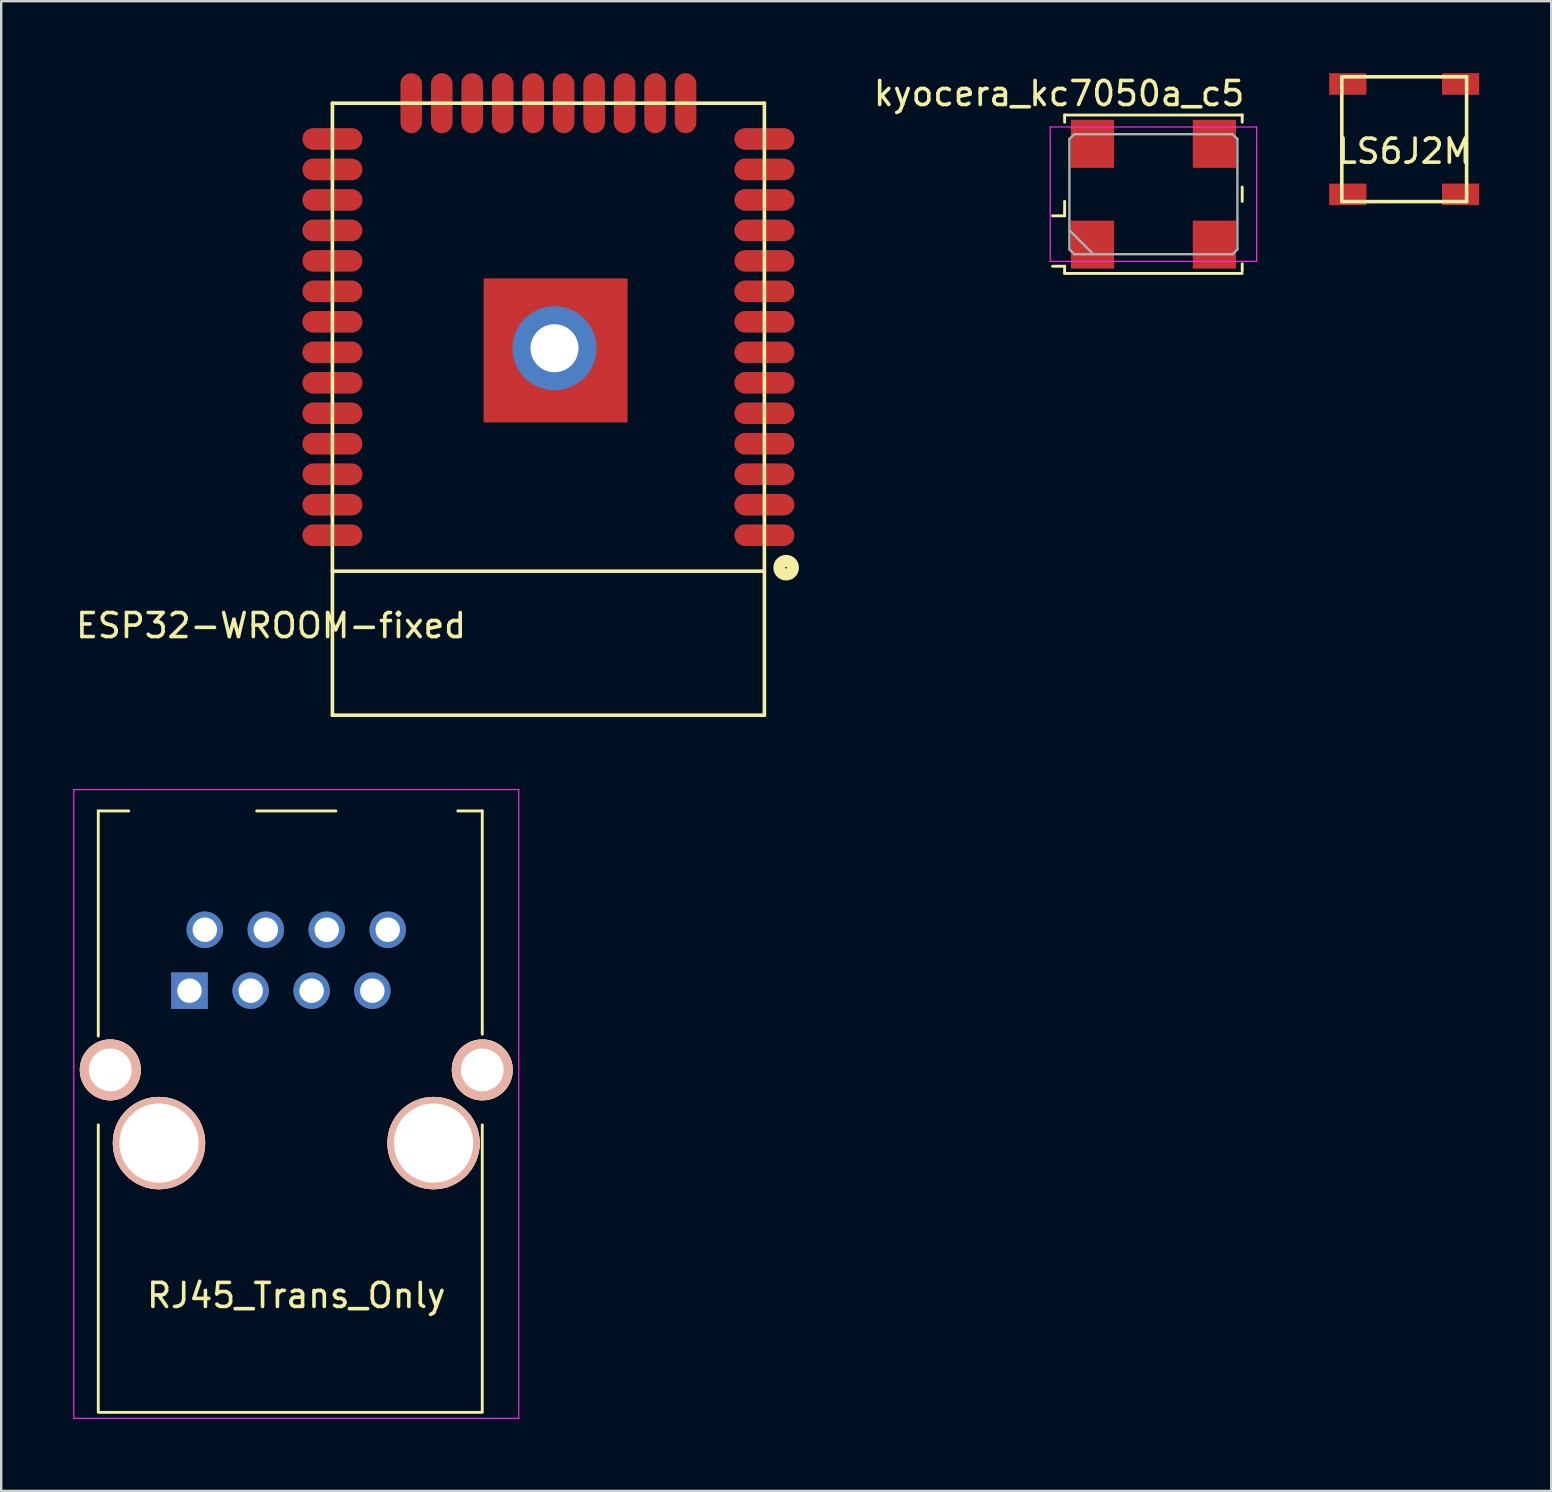
<source format=kicad_pcb>
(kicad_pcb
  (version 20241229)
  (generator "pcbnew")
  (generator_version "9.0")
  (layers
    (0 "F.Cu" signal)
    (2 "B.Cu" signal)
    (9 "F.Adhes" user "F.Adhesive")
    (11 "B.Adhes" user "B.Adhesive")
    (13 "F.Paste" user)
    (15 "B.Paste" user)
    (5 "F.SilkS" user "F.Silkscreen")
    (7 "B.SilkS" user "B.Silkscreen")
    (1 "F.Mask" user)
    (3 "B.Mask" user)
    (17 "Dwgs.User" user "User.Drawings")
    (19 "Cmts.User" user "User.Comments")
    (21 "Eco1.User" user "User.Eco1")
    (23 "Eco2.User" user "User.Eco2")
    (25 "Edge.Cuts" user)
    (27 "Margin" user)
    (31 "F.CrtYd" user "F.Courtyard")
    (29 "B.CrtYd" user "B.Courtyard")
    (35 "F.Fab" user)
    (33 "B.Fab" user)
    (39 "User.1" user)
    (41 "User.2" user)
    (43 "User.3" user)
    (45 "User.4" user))
  (footprint "kyocera_kc7050a_c5"
    (layer "F.Cu")
    (at 45.01 5.043)
    (property "Reference" "kyocera_kc7050a_c5" (at -3.93 -4.195 0) (layer "F.SilkS") (effects (font (size 1 1) (thickness 0.15))))
    (attr smd)
    (fp_line (start -4.2 0.9) (end -3.7 0.9) (stroke (width 0.12) (type solid)) (layer "F.SilkS"))
    (fp_line (start -4.2 3) (end -3.7 3) (stroke (width 0.12) (type solid)) (layer "F.SilkS"))
    (fp_line (start -3.7 -3.3) (end 3.7 -3.3) (stroke (width 0.12) (type solid)) (layer "F.SilkS"))
    (fp_line (start -3.7 -3) (end -3.7 -3.3) (stroke (width 0.12) (type solid)) (layer "F.SilkS"))
    (fp_line (start -3.7 0.9) (end -3.7 0.3) (stroke (width 0.12) (type solid)) (layer "F.SilkS"))
    (fp_line (start -3.7 3) (end -3.7 3.3) (stroke (width 0.12) (type solid)) (layer "F.SilkS"))
    (fp_line (start -3.7 3.3) (end 3.7 3.3) (stroke (width 0.12) (type solid)) (layer "F.SilkS"))
    (fp_line (start 3.7 -3.3) (end 3.7 -3) (stroke (width 0.12) (type solid)) (layer "F.SilkS"))
    (fp_line (start 3.7 -0.3) (end 3.7 0.3) (stroke (width 0.12) (type solid)) (layer "F.SilkS"))
    (fp_line (start 3.7 3.2) (end 3.7 2.9) (stroke (width 0.12) (type solid)) (layer "F.SilkS"))
    (fp_line (start -4.3 -2.8) (end -4.3 2.8) (stroke (width 0.05) (type solid)) (layer "F.CrtYd"))
    (fp_line (start -4.3 2.8) (end 4.3 2.8) (stroke (width 0.05) (type solid)) (layer "F.CrtYd"))
    (fp_line (start 4.3 -2.8) (end -4.3 -2.8) (stroke (width 0.05) (type solid)) (layer "F.CrtYd"))
    (fp_line (start 4.3 2.8) (end 4.3 -2.8) (stroke (width 0.05) (type solid)) (layer "F.CrtYd"))
    (fp_line (start -3.5 -2.3) (end -3.3 -2.5) (stroke (width 0.1) (type solid)) (layer "F.Fab"))
    (fp_line (start -3.5 1.5) (end -2.5 2.5) (stroke (width 0.1) (type solid)) (layer "F.Fab"))
    (fp_line (start -3.5 2.3) (end -3.5 -2.3) (stroke (width 0.1) (type solid)) (layer "F.Fab"))
    (fp_line (start -3.3 -2.5) (end 3.3 -2.5) (stroke (width 0.1) (type solid)) (layer "F.Fab"))
    (fp_line (start -3.3 2.5) (end -3.5 2.3) (stroke (width 0.1) (type solid)) (layer "F.Fab"))
    (fp_line (start 3.3 -2.5) (end 3.5 -2.3) (stroke (width 0.1) (type solid)) (layer "F.Fab"))
    (fp_line (start 3.3 2.5) (end -3.3 2.5) (stroke (width 0.1) (type solid)) (layer "F.Fab"))
    (fp_line (start 3.5 -2.3) (end 3.5 2.3) (stroke (width 0.1) (type solid)) (layer "F.Fab"))
    (fp_line (start 3.5 2.3) (end 3.3 2.5) (stroke (width 0.1) (type solid)) (layer "F.Fab"))
    (pad "1" smd rect (at -2.54 2.1) (size 1.8 2) (layers "F.Cu" "F.Mask" "F.Paste"))
    (pad "2" smd rect (at 2.54 2.1) (size 1.8 2) (layers "F.Cu" "F.Mask" "F.Paste"))
    (pad "3" smd rect (at 2.54 -2.1) (size 1.8 2) (layers "F.Cu" "F.Mask" "F.Paste"))
    (pad "4" smd rect (at -2.54 -2.1) (size 1.8 2) (layers "F.Cu" "F.Mask" "F.Paste")))
  (footprint "LS6J2M"
    (layer "F.Cu")
    (at 55.46 2.75)
    (property "Reference" "LS6J2M" (at 0 0.5 0) (layer "F.SilkS") (effects (font (size 1 1) (thickness 0.15))))
    (attr through_hole)
    (fp_line (start -2.6 -2.6) (end 2.6 -2.6) (stroke (width 0.15) (type solid)) (layer "F.SilkS"))
    (fp_line (start -2.6 2.6) (end -2.6 -2.6) (stroke (width 0.15) (type solid)) (layer "F.SilkS"))
    (fp_line (start 2.6 -2.6) (end 2.6 2.6) (stroke (width 0.15) (type solid)) (layer "F.SilkS"))
    (fp_line (start 2.6 2.6) (end -2.6 2.6) (stroke (width 0.15) (type solid)) (layer "F.SilkS"))
    (pad "1" smd rect (at -2.35 -2.3) (size 1.55 0.9) (layers "F.Cu" "F.Mask" "F.Paste"))
    (pad "2" smd rect (at -2.35 2.3) (size 1.55 0.9) (layers "F.Cu" "F.Mask" "F.Paste"))
    (pad "3" smd rect (at 2.35 -2.3) (size 1.55 0.9) (layers "F.Cu" "F.Mask" "F.Paste"))
    (pad "4" smd rect (at 2.35 2.3) (size 1.55 0.9) (layers "F.Cu" "F.Mask" "F.Paste")))
  (footprint "RJ45_Trans_Only"
    (layer "F.Cu")
    (at 13.105 35.69)
    (property "Reference" "RJ45_Trans_Only" (at -3.81 15.24 0) (layer "F.SilkS") (effects (font (size 1 1) (thickness 0.15))))
    (attr through_hole)
    (fp_line (start -12.06 -4.95) (end -12.06 4.43) (stroke (width 0.12) (type solid)) (layer "F.SilkS"))
    (fp_line (start -12.06 -4.95) (end -10.79 -4.95) (stroke (width 0.12) (type solid)) (layer "F.SilkS"))
    (fp_line (start -12.06 20.07) (end -12.06 8.13) (stroke (width 0.12) (type solid)) (layer "F.SilkS"))
    (fp_line (start -12.06 20.11) (end 3.94 20.11) (stroke (width 0.12) (type solid)) (layer "F.SilkS"))
    (fp_line (start -5.46 -4.95) (end -2.16 -4.95) (stroke (width 0.12) (type solid)) (layer "F.SilkS"))
    (fp_line (start 3.94 -4.95) (end 2.92 -4.95) (stroke (width 0.12) (type solid)) (layer "F.SilkS"))
    (fp_line (start 3.94 -4.95) (end 3.94 4.35) (stroke (width 0.12) (type solid)) (layer "F.SilkS"))
    (fp_line (start 3.94 20.07) (end 3.94 8.13) (stroke (width 0.12) (type solid)) (layer "F.SilkS"))
    (fp_line (start -13.08 -5.84) (end -13.08 20.36) (stroke (width 0.05) (type solid)) (layer "F.CrtYd"))
    (fp_line (start -13.08 -5.84) (end 5.46 -5.84) (stroke (width 0.05) (type solid)) (layer "F.CrtYd"))
    (fp_line (start 5.46 20.36) (end -13.08 20.36) (stroke (width 0.05) (type solid)) (layer "F.CrtYd"))
    (fp_line (start 5.46 20.36) (end 5.46 -5.84) (stroke (width 0.05) (type solid)) (layer "F.CrtYd"))
    (pad "1" thru_hole rect (at -8.26 2.54) (size 1.52 1.52) (drill 1.02) (layers "*.Cu" "*.Mask"))
    (pad "2" thru_hole circle (at -7.62 0) (size 1.52 1.52) (drill 1.02) (layers "*.Cu" "*.Mask"))
    (pad "3" thru_hole circle (at -5.71 2.54) (size 1.52 1.52) (drill 1.02) (layers "*.Cu" "*.Mask"))
    (pad "4" thru_hole circle (at -5.08 0) (size 1.52 1.52) (drill 1.02) (layers "*.Cu" "*.Mask"))
    (pad "5" thru_hole circle (at -3.17 2.54) (size 1.52 1.52) (drill 1.02) (layers "*.Cu" "*.Mask"))
    (pad "6" thru_hole circle (at -2.54 0) (size 1.52 1.52) (drill 1.02) (layers "*.Cu" "*.Mask"))
    (pad "7" thru_hole circle (at -0.64 2.54) (size 1.52 1.52) (drill 1.02) (layers "*.Cu" "*.Mask"))
    (pad "8" thru_hole circle (at 0 0) (size 1.52 1.52) (drill 1.02) (layers "*.Cu" "*.Mask"))
    (pad "9" thru_hole circle (at -11.56 5.84) (size 2.54 2.54) (drill 1.78) (layers "*.Cu" "*.SilkS" "*.Mask"))
    (pad "9" thru_hole circle (at 3.94 5.84) (size 2.54 2.54) (drill 1.78) (layers "*.Cu" "*.SilkS" "*.Mask"))
    (pad "Hole" thru_hole circle (at -9.53 8.89) (size 3.85 3.85) (drill 3.3) (layers "*.Cu" "*.SilkS" "*.Mask"))
    (pad "Hole" thru_hole circle (at 1.91 8.89) (size 3.85 3.85) (drill 3.3) (layers "*.Cu" "*.SilkS" "*.Mask")))
  (footprint "ESP32-WROOM-fixed"
    (layer "F.Cu")
    (at 19.801 14)
    (property "Reference" "ESP32-WROOM-fixed" (at -11.557 9.017 0) (layer "F.SilkS") (effects (font (size 1 1) (thickness 0.15))))
    (attr through_hole)
    (fp_line (start -9 -12.75) (end 9 -12.75) (stroke (width 0.15) (type solid)) (layer "F.SilkS"))
    (fp_line (start -9 6.75) (end 9 6.75) (stroke (width 0.15) (type solid)) (layer "F.SilkS"))
    (fp_line (start -9 12.75) (end -9 -12.75) (stroke (width 0.15) (type solid)) (layer "F.SilkS"))
    (fp_line (start -9 12.75) (end 9 12.75) (stroke (width 0.15) (type solid)) (layer "F.SilkS"))
    (fp_line (start 9 12.75) (end 9 -12.75) (stroke (width 0.15) (type solid)) (layer "F.SilkS"))
    (fp_circle (center 9.906 6.604) (end 10.033 6.858) (stroke (width 0.5) (type solid)) (fill no) (layer "F.SilkS"))
    (pad "1" smd oval (at 9 5.25) (size 2.5 0.9) (layers "F.Cu" "F.Mask" "F.Paste"))
    (pad "2" smd oval (at 9 3.98) (size 2.5 0.9) (layers "F.Cu" "F.Mask" "F.Paste"))
    (pad "3" smd oval (at 9 2.71) (size 2.5 0.9) (layers "F.Cu" "F.Mask" "F.Paste"))
    (pad "4" smd oval (at 9 1.44) (size 2.5 0.9) (layers "F.Cu" "F.Mask" "F.Paste"))
    (pad "5" smd oval (at 9 0.17) (size 2.5 0.9) (layers "F.Cu" "F.Mask" "F.Paste"))
    (pad "6" smd oval (at 9 -1.1) (size 2.5 0.9) (layers "F.Cu" "F.Mask" "F.Paste"))
    (pad "7" smd oval (at 9 -2.37) (size 2.5 0.9) (layers "F.Cu" "F.Mask" "F.Paste"))
    (pad "8" smd oval (at 9 -3.64) (size 2.5 0.9) (layers "F.Cu" "F.Mask" "F.Paste"))
    (pad "9" smd oval (at 9 -4.91) (size 2.5 0.9) (layers "F.Cu" "F.Mask" "F.Paste"))
    (pad "10" smd oval (at 9 -6.18) (size 2.5 0.9) (layers "F.Cu" "F.Mask" "F.Paste"))
    (pad "11" smd oval (at 9 -7.45) (size 2.5 0.9) (layers "F.Cu" "F.Mask" "F.Paste"))
    (pad "12" smd oval (at 9 -8.72) (size 2.5 0.9) (layers "F.Cu" "F.Mask" "F.Paste"))
    (pad "13" smd oval (at 9 -9.99) (size 2.5 0.9) (layers "F.Cu" "F.Mask" "F.Paste"))
    (pad "14" smd oval (at 9 -11.26) (size 2.5 0.9) (layers "F.Cu" "F.Mask" "F.Paste"))
    (pad "15" smd oval (at 5.715 -12.75) (size 0.9 2.5) (layers "F.Cu" "F.Mask" "F.Paste"))
    (pad "16" smd oval (at 4.445 -12.75) (size 0.9 2.5) (layers "F.Cu" "F.Mask" "F.Paste"))
    (pad "17" smd oval (at 3.175 -12.75) (size 0.9 2.5) (layers "F.Cu" "F.Mask" "F.Paste"))
    (pad "18" smd oval (at 1.905 -12.75) (size 0.9 2.5) (layers "F.Cu" "F.Mask" "F.Paste"))
    (pad "19" smd oval (at 0.635 -12.75) (size 0.9 2.5) (layers "F.Cu" "F.Mask" "F.Paste"))
    (pad "20" smd oval (at -0.635 -12.75) (size 0.9 2.5) (layers "F.Cu" "F.Mask" "F.Paste"))
    (pad "21" smd oval (at -1.905 -12.75) (size 0.9 2.5) (layers "F.Cu" "F.Mask" "F.Paste"))
    (pad "22" smd oval (at -3.175 -12.75) (size 0.9 2.5) (layers "F.Cu" "F.Mask" "F.Paste"))
    (pad "23" smd oval (at -4.445 -12.75) (size 0.9 2.5) (layers "F.Cu" "F.Mask" "F.Paste"))
    (pad "24" smd oval (at -5.715 -12.75) (size 0.9 2.5) (layers "F.Cu" "F.Mask" "F.Paste"))
    (pad "25" smd oval (at -9 -11.26) (size 2.5 0.9) (layers "F.Cu" "F.Mask" "F.Paste"))
    (pad "26" smd oval (at -9 -9.99) (size 2.5 0.9) (layers "F.Cu" "F.Mask" "F.Paste"))
    (pad "27" smd oval (at -9 -8.72) (size 2.5 0.9) (layers "F.Cu" "F.Mask" "F.Paste"))
    (pad "28" smd oval (at -9 -7.45) (size 2.5 0.9) (layers "F.Cu" "F.Mask" "F.Paste"))
    (pad "29" smd oval (at -9 -6.18) (size 2.5 0.9) (layers "F.Cu" "F.Mask" "F.Paste"))
    (pad "30" smd oval (at -9 -4.91) (size 2.5 0.9) (layers "F.Cu" "F.Mask" "F.Paste"))
    (pad "31" smd oval (at -9 -3.64) (size 2.5 0.9) (layers "F.Cu" "F.Mask" "F.Paste"))
    (pad "32" smd oval (at -9 -2.37) (size 2.5 0.9) (layers "F.Cu" "F.Mask" "F.Paste"))
    (pad "33" smd oval (at -9 -1.1) (size 2.5 0.9) (layers "F.Cu" "F.Mask" "F.Paste"))
    (pad "34" smd oval (at -9 0.17) (size 2.5 0.9) (layers "F.Cu" "F.Mask" "F.Paste"))
    (pad "35" smd oval (at -9 1.44) (size 2.5 0.9) (layers "F.Cu" "F.Mask" "F.Paste"))
    (pad "36" smd oval (at -9 2.71) (size 2.5 0.9) (layers "F.Cu" "F.Mask" "F.Paste"))
    (pad "37" smd oval (at -9 3.98) (size 2.5 0.9) (layers "F.Cu" "F.Mask" "F.Paste"))
    (pad "38" smd oval (at -9 5.25) (size 2.5 0.9) (layers "F.Cu" "F.Mask" "F.Paste"))
    (pad "39" thru_hole circle (at 0.254 -2.54) (size 3.5 3.5) (drill 2) (layers "*.Cu" "*.Mask"))
    (pad "39" smd rect (at 0.3 -2.45) (size 6 6) (layers "F.Cu" "F.Mask" "F.Paste")))
  (gr_rect
    (start -3 -3)
    (end 61.585 59.075)
    (stroke (width 0.1) (type default))
    (fill no)
    (layer "Edge.Cuts")))
</source>
